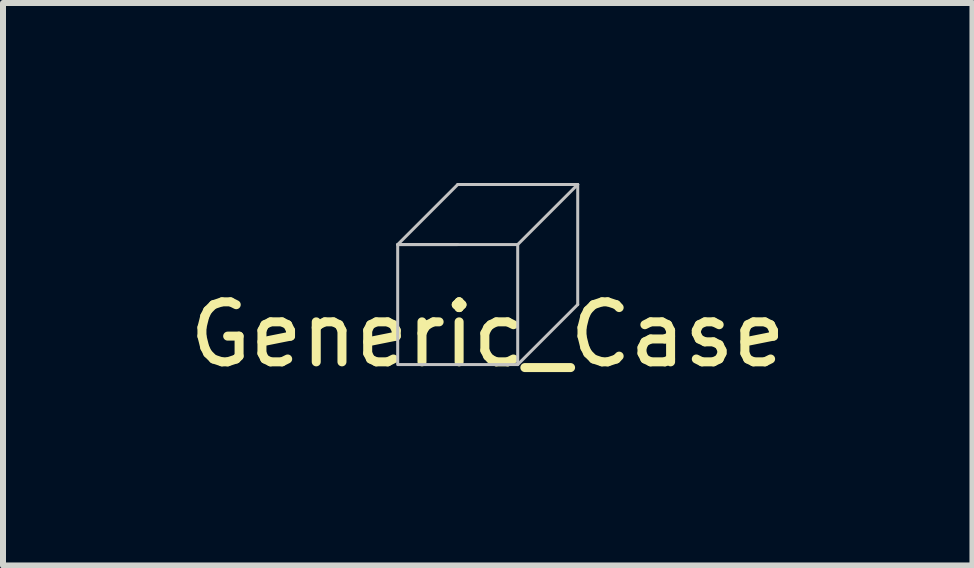
<source format=kicad_pcb>
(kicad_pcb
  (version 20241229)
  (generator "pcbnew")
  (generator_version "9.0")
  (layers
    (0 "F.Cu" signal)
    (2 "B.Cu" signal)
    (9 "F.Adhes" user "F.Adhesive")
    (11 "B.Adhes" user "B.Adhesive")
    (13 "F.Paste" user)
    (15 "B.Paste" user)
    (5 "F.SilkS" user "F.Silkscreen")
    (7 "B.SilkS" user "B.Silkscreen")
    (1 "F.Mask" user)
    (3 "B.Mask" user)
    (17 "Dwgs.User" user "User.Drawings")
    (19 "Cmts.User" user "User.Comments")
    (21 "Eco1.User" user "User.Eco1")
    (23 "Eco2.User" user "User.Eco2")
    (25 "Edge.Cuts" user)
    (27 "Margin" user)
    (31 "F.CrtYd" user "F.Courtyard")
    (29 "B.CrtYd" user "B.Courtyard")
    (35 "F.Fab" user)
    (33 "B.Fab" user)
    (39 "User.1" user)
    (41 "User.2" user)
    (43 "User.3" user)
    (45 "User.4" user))
  (footprint "Generic_Case"
    (layer "F.Cu")
    (at 5.077 1.525)
    (property "Reference" "Generic_Case" (at 0 1 0) (unlocked yes) (layer "F.SilkS") (effects (font (size 1 1) (thickness 0.15))))
    (fp_line (start -1.5 -0.5) (end -0.5 -1.5) (stroke (width 0.05) (type default)) (layer "Dwgs.User"))
    (fp_line (start -0.5 -0.5) (end -1.5 -0.5) (stroke (width 0.05) (type default)) (layer "Dwgs.User"))
    (fp_line (start 0.5 -0.5) (end 1.5 -1.5) (stroke (width 0.05) (type default)) (layer "Dwgs.User"))
    (fp_line (start 0.5 1.5) (end 1.5 0.5) (stroke (width 0.05) (type default)) (layer "Dwgs.User"))
    (fp_line (start 1.5 -1.5) (end -0.5 -1.5) (stroke (width 0.05) (type default)) (layer "Dwgs.User"))
    (fp_line (start 1.5 0.5) (end 1.5 -1.5) (stroke (width 0.05) (type default)) (layer "Dwgs.User"))
    (fp_rect (start -1.5 -0.5) (end 0.5 1.5) (stroke (width 0.05) (type default)) (fill no) (layer "Dwgs.User")))
  (gr_rect
    (start -3 -3)
    (end 13.155 6.373)
    (stroke (width 0.1) (type default))
    (fill no)
    (layer "Edge.Cuts")))
</source>
